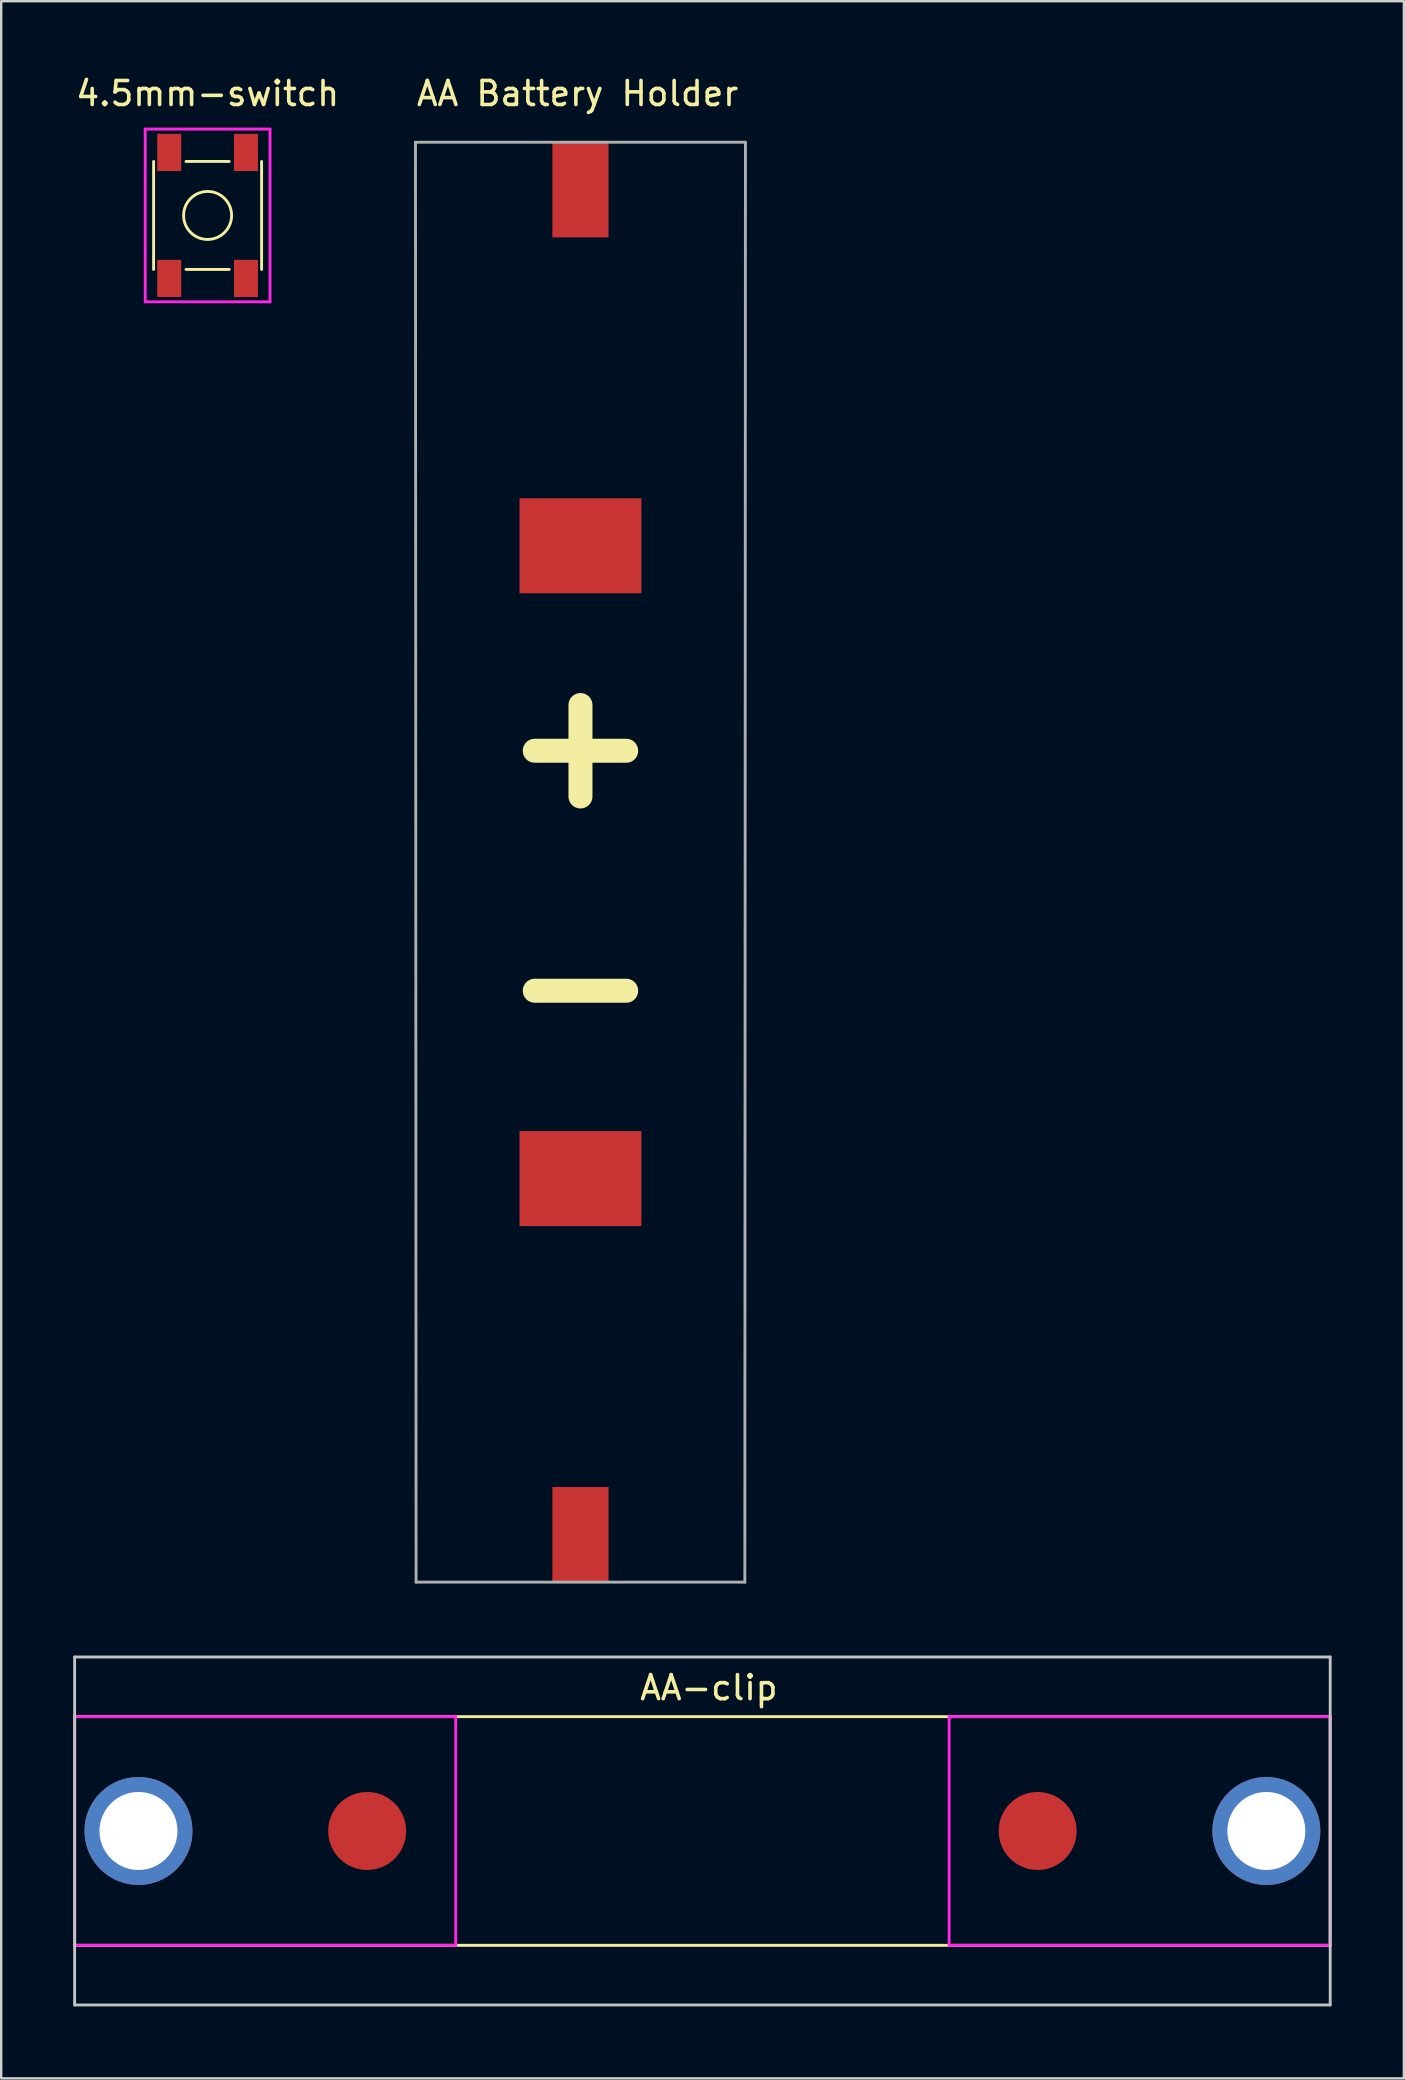
<source format=kicad_pcb>
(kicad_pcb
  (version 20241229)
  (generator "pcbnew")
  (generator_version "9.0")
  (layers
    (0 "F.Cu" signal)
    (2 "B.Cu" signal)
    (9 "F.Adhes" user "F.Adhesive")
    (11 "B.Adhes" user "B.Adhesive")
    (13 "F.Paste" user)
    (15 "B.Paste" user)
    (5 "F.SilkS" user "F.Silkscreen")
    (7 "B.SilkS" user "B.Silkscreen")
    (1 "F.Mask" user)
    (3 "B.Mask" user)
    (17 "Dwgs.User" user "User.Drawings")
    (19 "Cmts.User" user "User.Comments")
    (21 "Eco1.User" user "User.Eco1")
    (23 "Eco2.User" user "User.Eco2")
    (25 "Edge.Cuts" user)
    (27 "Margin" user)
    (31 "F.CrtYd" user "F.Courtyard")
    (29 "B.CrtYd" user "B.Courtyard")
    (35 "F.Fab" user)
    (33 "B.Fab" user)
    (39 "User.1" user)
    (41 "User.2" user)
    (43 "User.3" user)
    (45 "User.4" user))
  (footprint "AA-clip"
    (layer "F.Cu")
    (at 26.22 73.248)
    (property "Reference" "AA-clip" (at 0.27 -5.97 0) (layer "F.SilkS") (effects (font (size 1 1) (thickness 0.15))))
    (attr through_hole)
    (fp_line (start -26.16 -4.765) (end -26.16 4.765) (stroke (width 0.12) (type solid)) (layer "F.SilkS"))
    (fp_line (start -26.16 -4.765) (end 26.16 -4.765) (stroke (width 0.12) (type solid)) (layer "F.SilkS"))
    (fp_line (start 26.16 -4.765) (end 26.16 4.765) (stroke (width 0.12) (type solid)) (layer "F.SilkS"))
    (fp_line (start 26.16 4.765) (end -26.16 4.765) (stroke (width 0.12) (type solid)) (layer "F.SilkS"))
    (fp_line (start -26.16 -7.25) (end -26.16 7.25) (stroke (width 0.12) (type solid)) (layer "Dwgs.User"))
    (fp_line (start -26.16 -7.25) (end 26.16 -7.25) (stroke (width 0.12) (type solid)) (layer "Dwgs.User"))
    (fp_line (start -26.16 7.25) (end 26.16 7.25) (stroke (width 0.12) (type solid)) (layer "Dwgs.User"))
    (fp_line (start 26.16 -7.25) (end 26.16 7.25) (stroke (width 0.12) (type solid)) (layer "Dwgs.User"))
    (fp_line (start -26.16 -4.765) (end -26.16 4.765) (stroke (width 0.12) (type solid)) (layer "F.CrtYd"))
    (fp_line (start -26.15 4.765) (end -10.28 4.765) (stroke (width 0.12) (type solid)) (layer "F.CrtYd"))
    (fp_line (start -10.28 -4.765) (end -26.16 -4.765) (stroke (width 0.12) (type solid)) (layer "F.CrtYd"))
    (fp_line (start -10.28 -4.765) (end -10.28 4.765) (stroke (width 0.12) (type solid)) (layer "F.CrtYd"))
    (fp_line (start 10.28 -4.765) (end 10.28 4.765) (stroke (width 0.12) (type solid)) (layer "F.CrtYd"))
    (fp_line (start 10.28 -4.765) (end 26.17 -4.765) (stroke (width 0.12) (type solid)) (layer "F.CrtYd"))
    (fp_line (start 26.16 -4.76) (end 26.16 4.76) (stroke (width 0.12) (type solid)) (layer "F.CrtYd"))
    (fp_line (start 26.16 4.765) (end 10.28 4.765) (stroke (width 0.12) (type solid)) (layer "F.CrtYd"))
    (pad "1" smd circle (at 13.97 0) (size 3.25 3.25) (layers "F.Cu" "F.Mask" "F.Paste"))
    (pad "1" thru_hole circle (at 23.5 0) (size 4.5 4.5) (drill 3.25) (layers "*.Cu" "*.Mask"))
    (pad "2" thru_hole circle (at -23.5 0) (size 4.5 4.5) (drill 3.25) (layers "*.Cu" "*.Mask"))
    (pad "2" smd circle (at -13.97 0) (size 3.25 3.25) (layers "F.Cu" "F.Mask" "F.Paste")))
  (footprint "AA Battery Holder"
    (layer "F.Cu")
    (at 21.138 32.878)
    (property "Reference" "AA Battery Holder" (at -0.12 -32.03 0) (layer "F.SilkS") (effects (font (size 1 1) (thickness 0.15))))
    (attr through_hole)
    (fp_line (start -6.875 -30) (end -6.85 30) (stroke (width 0.12) (type solid)) (layer "F.Fab"))
    (fp_line (start -6.875 -30) (end 6.875 -30) (stroke (width 0.12) (type solid)) (layer "F.Fab"))
    (fp_line (start -6.85 30) (end 6.85 30) (stroke (width 0.12) (type solid)) (layer "F.Fab"))
    (fp_line (start 6.85 30) (end 6.875 -30) (stroke (width 0.12) (type solid)) (layer "F.Fab"))
    (fp_text user "+" (at 0 -5 0) (layer "F.SilkS") (effects (font (size 5 5) (thickness 1))))
    (fp_text user "-" (at 0 5 0) (layer "F.SilkS") (effects (font (size 5 5) (thickness 1))))
    (pad "1" smd rect (at 0 -28.015) (size 2.34 3.96) (layers "F.Cu" "F.Mask" "F.Paste"))
    (pad "1" smd rect (at 0 -13.185) (size 5.08 3.96) (layers "F.Cu" "F.Mask" "F.Paste"))
    (pad "2" smd rect (at 0 13.185) (size 5.08 3.96) (layers "F.Cu" "F.Mask" "F.Paste"))
    (pad "2" smd rect (at 0 28.015) (size 2.34 3.96) (layers "F.Cu" "F.Mask" "F.Paste")))
  (footprint "4.5mm-switch"
    (layer "F.Cu")
    (at 5.601 5.928)
    (property "Reference" "4.5mm-switch" (at 0 -5.08 0) (layer "F.SilkS") (effects (font (size 1 1) (thickness 0.15))))
    (attr through_hole)
    (fp_line (start -2.25 -2.25) (end -2.25 2.25) (stroke (width 0.12) (type solid)) (layer "F.SilkS"))
    (fp_line (start -0.9 -2.25) (end 0.9 -2.25) (stroke (width 0.12) (type solid)) (layer "F.SilkS"))
    (fp_line (start -0.9 2.25) (end 0.9 2.25) (stroke (width 0.12) (type solid)) (layer "F.SilkS"))
    (fp_line (start 2.25 -2.25) (end 2.25 2.25) (stroke (width 0.12) (type solid)) (layer "F.SilkS"))
    (fp_circle (center 0 0) (end 1 0) (stroke (width 0.12) (type solid)) (fill no) (layer "F.SilkS"))
    (fp_line (start -2.6 -3.6) (end 2.6 -3.6) (stroke (width 0.12) (type solid)) (layer "F.CrtYd"))
    (fp_line (start -2.6 3.6) (end -2.6 -3.6) (stroke (width 0.12) (type solid)) (layer "F.CrtYd"))
    (fp_line (start -2.6 3.6) (end 2.6 3.6) (stroke (width 0.12) (type solid)) (layer "F.CrtYd"))
    (fp_line (start 2.6 -3.6) (end 2.6 3.6) (stroke (width 0.12) (type solid)) (layer "F.CrtYd"))
    (pad "1" smd rect (at -1.6 -2.625 90) (size 1.55 1) (layers "F.Cu" "F.Mask" "F.Paste"))
    (pad "1" smd rect (at -1.6 2.625 90) (size 1.55 1) (layers "F.Cu" "F.Mask" "F.Paste"))
    (pad "2" smd rect (at 1.6 -2.625 90) (size 1.55 1) (layers "F.Cu" "F.Mask" "F.Paste"))
    (pad "2" smd rect (at 1.6 2.625 90) (size 1.55 1) (layers "F.Cu" "F.Mask" "F.Paste")))
  (gr_rect
    (start -3 -3)
    (end 55.45 83.558)
    (stroke (width 0.1) (type default))
    (fill no)
    (layer "Edge.Cuts")))
</source>
